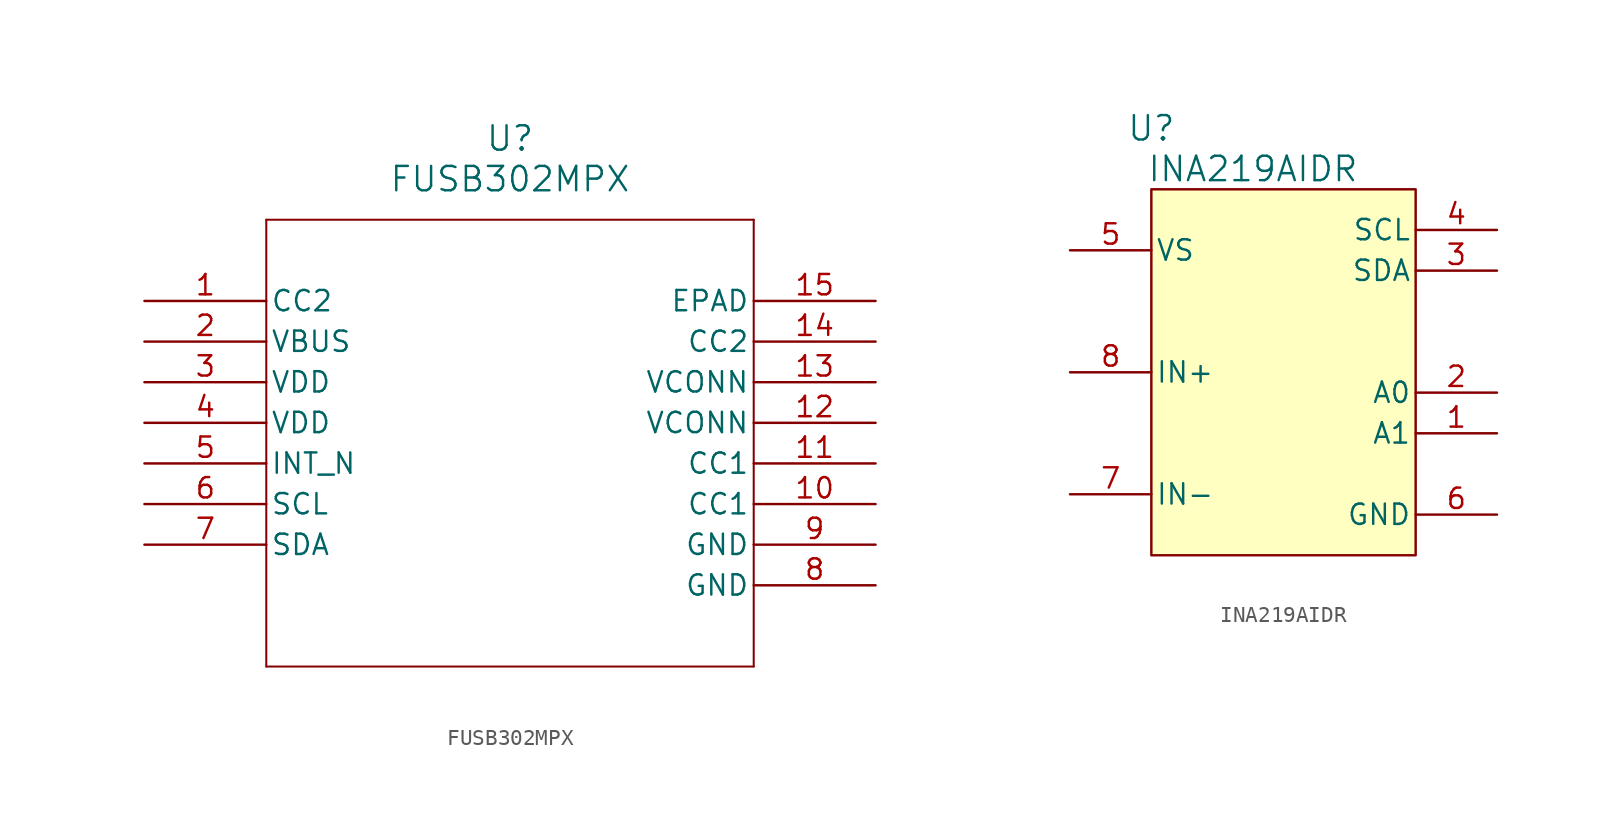
<source format=kicad_sym>
(kicad_symbol_lib
  (version 20220914)
  (generator kicad_symbol_editor)
  (symbol "FUSB302MPX"
    (pin_names
      (offset 0.254))
    (property "Reference" "U"
      (at 22.86 10.16 0)
      (effects (font (size 1.524 1.524))))
    (property "Value" "FUSB302MPX"
      (at 22.86 7.62 0)
      (effects (font (size 1.524 1.524))))
    (property "ki_locked" ""
      (at 0 0 0)
      (effects (font (size 1.27 1.27))))
    (symbol "FUSB302MPX_0_1"
      (polyline (pts (xy 7.62 -22.86) (xy 38.1 -22.86)) (stroke (width 0.127) (type default)) (fill (type none)))
      (polyline (pts (xy 7.62 5.08) (xy 7.62 -22.86)) (stroke (width 0.127) (type default)) (fill (type none)))
      (polyline (pts (xy 38.1 -22.86) (xy 38.1 5.08)) (stroke (width 0.127) (type default)) (fill (type none)))
      (polyline (pts (xy 38.1 5.08) (xy 7.62 5.08)) (stroke (width 0.127) (type default)) (fill (type none)))
      (pin bidirectional line (at 0 0 0) (length 7.62) (name "CC2" (effects (font (size 1.27 1.27)))) (number "1" (effects (font (size 1.27 1.27)))))
      (pin bidirectional line (at 45.72 -12.7 180) (length 7.62) (name "CC1" (effects (font (size 1.27 1.27)))) (number "10" (effects (font (size 1.27 1.27)))))
      (pin bidirectional line (at 45.72 -10.16 180) (length 7.62) (name "CC1" (effects (font (size 1.27 1.27)))) (number "11" (effects (font (size 1.27 1.27)))))
      (pin unspecified line (at 45.72 -7.62 180) (length 7.62) (name "VCONN" (effects (font (size 1.27 1.27)))) (number "12" (effects (font (size 1.27 1.27)))))
      (pin unspecified line (at 45.72 -5.08 180) (length 7.62) (name "VCONN" (effects (font (size 1.27 1.27)))) (number "13" (effects (font (size 1.27 1.27)))))
      (pin bidirectional line (at 45.72 -2.54 180) (length 7.62) (name "CC2" (effects (font (size 1.27 1.27)))) (number "14" (effects (font (size 1.27 1.27)))))
      (pin unspecified line (at 45.72 0 180) (length 7.62) (name "EPAD" (effects (font (size 1.27 1.27)))) (number "15" (effects (font (size 1.27 1.27)))))
      (pin unspecified line (at 0 -2.54 0) (length 7.62) (name "VBUS" (effects (font (size 1.27 1.27)))) (number "2" (effects (font (size 1.27 1.27)))))
      (pin power_in line (at 0 -5.08 0) (length 7.62) (name "VDD" (effects (font (size 1.27 1.27)))) (number "3" (effects (font (size 1.27 1.27)))))
      (pin power_in line (at 0 -7.62 0) (length 7.62) (name "VDD" (effects (font (size 1.27 1.27)))) (number "4" (effects (font (size 1.27 1.27)))))
      (pin unspecified line (at 0 -10.16 0) (length 7.62) (name "INT_N" (effects (font (size 1.27 1.27)))) (number "5" (effects (font (size 1.27 1.27)))))
      (pin unspecified line (at 0 -12.7 0) (length 7.62) (name "SCL" (effects (font (size 1.27 1.27)))) (number "6" (effects (font (size 1.27 1.27)))))
      (pin unspecified line (at 0 -15.24 0) (length 7.62) (name "SDA" (effects (font (size 1.27 1.27)))) (number "7" (effects (font (size 1.27 1.27)))))
      (pin power_out line (at 45.72 -17.78 180) (length 7.62) (name "GND" (effects (font (size 1.27 1.27)))) (number "8" (effects (font (size 1.27 1.27)))))
      (pin power_out line (at 45.72 -15.24 180) (length 7.62) (name "GND" (effects (font (size 1.27 1.27)))) (number "9" (effects (font (size 1.27 1.27)))))))
  (symbol "INA219AIDR"
    (pin_names
      (offset 0.254))
    (property "Reference" "U"
      (at -12.7 15.24 0)
      (effects (font (size 1.524 1.524))))
    (property "Value" "INA219AIDR"
      (at -6.35 12.7 0)
      (effects (font (size 1.524 1.524))))
    (property "ki_locked" ""
      (at 0 0 0)
      (effects (font (size 1.27 1.27))))
    (symbol "INA219AIDR_0_1"
      (pin input line (at 8.89 -3.81 180) (length 5.08) (name "A1" (effects (font (size 1.27 1.27)))) (number "1" (effects (font (size 1.27 1.27)))))
      (pin input line (at 8.89 -1.27 180) (length 5.08) (name "A0" (effects (font (size 1.27 1.27)))) (number "2" (effects (font (size 1.27 1.27)))))
      (pin bidirectional line (at 8.89 6.35 180) (length 5.08) (name "SDA" (effects (font (size 1.27 1.27)))) (number "3" (effects (font (size 1.27 1.27)))))
      (pin input line (at 8.89 8.89 180) (length 5.08) (name "SCL" (effects (font (size 1.27 1.27)))) (number "4" (effects (font (size 1.27 1.27)))))
      (pin power_in line (at -17.78 7.62 0) (length 5.08) (name "VS" (effects (font (size 1.27 1.27)))) (number "5" (effects (font (size 1.27 1.27)))))
      (pin power_in line (at 8.89 -8.89 180) (length 5.08) (name "GND" (effects (font (size 1.27 1.27)))) (number "6" (effects (font (size 1.27 1.27))))))
    (symbol "INA219AIDR_1_1"
      (rectangle (start -12.7 11.43) (end 3.81 -11.43) (stroke (width 0) (type default)) (fill (type background)))
      (pin passive line (at -17.78 -7.62 0) (length 5.08) (name "IN-" (effects (font (size 1.27 1.27)))) (number "7" (effects (font (size 1.27 1.27)))))
      (pin passive line (at -17.78 0 0) (length 5.08) (name "IN+" (effects (font (size 1.27 1.27)))) (number "8" (effects (font (size 1.27 1.27))))))))
</source>
